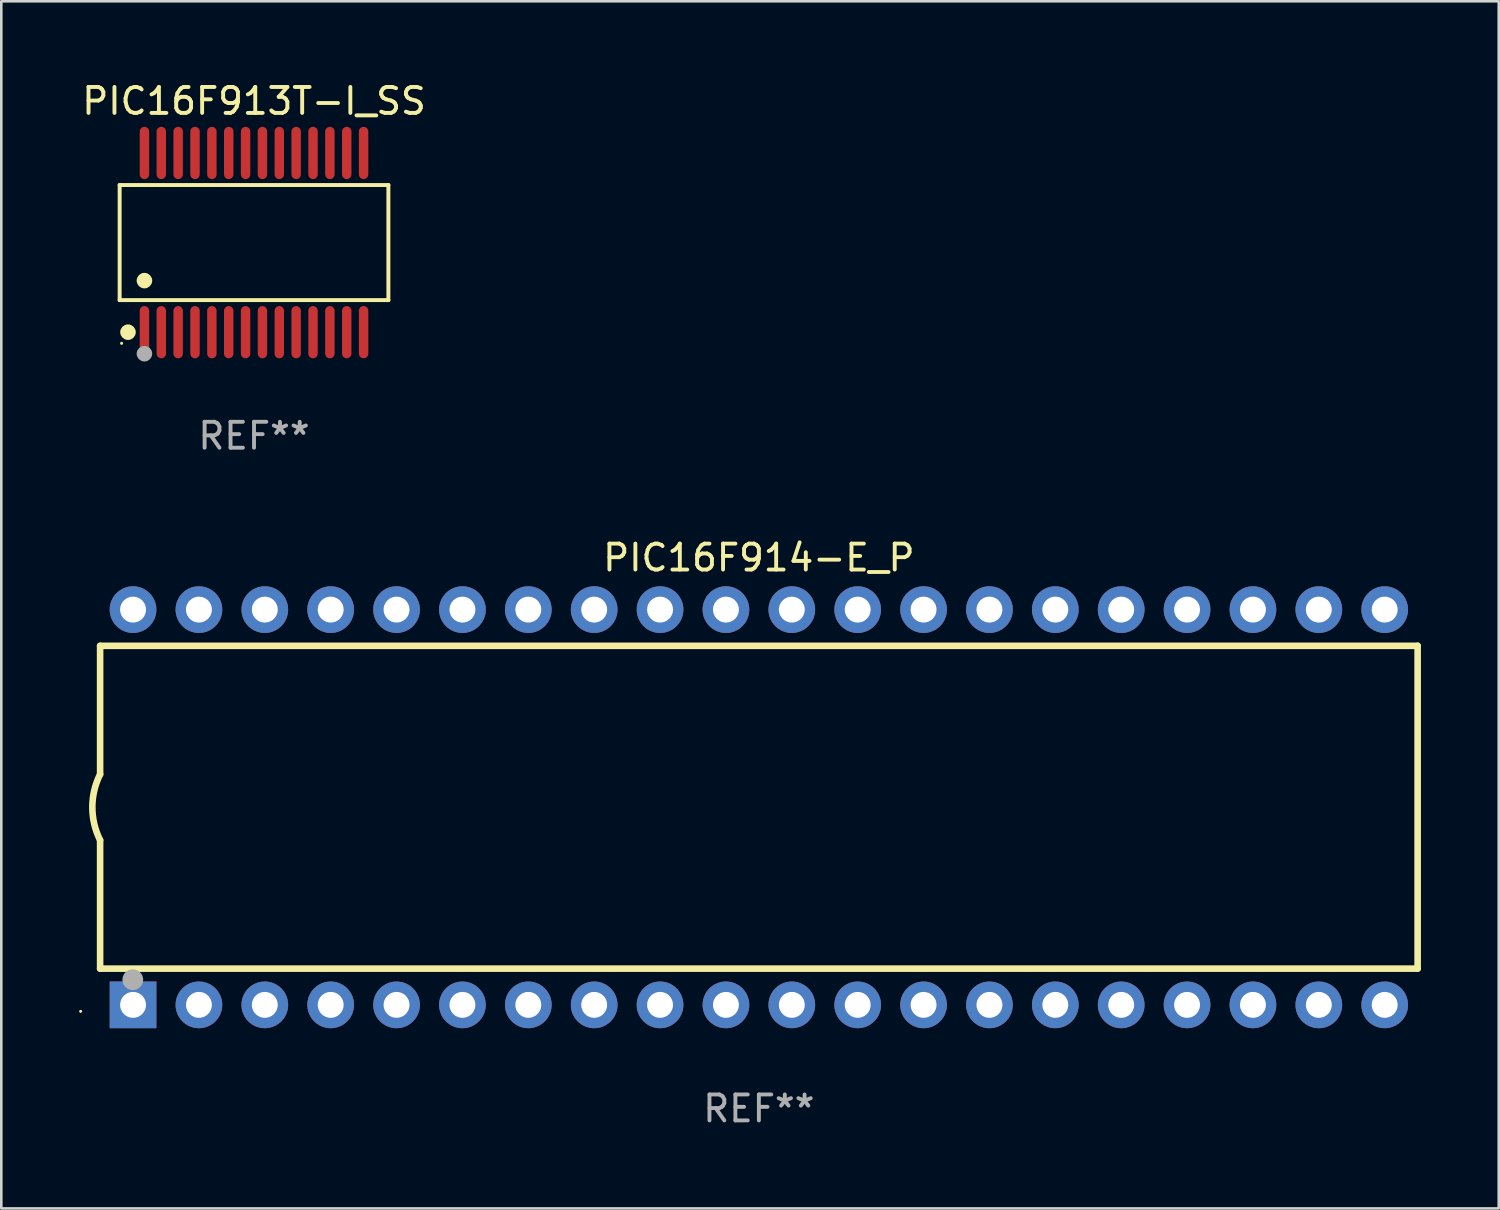
<source format=kicad_pcb>
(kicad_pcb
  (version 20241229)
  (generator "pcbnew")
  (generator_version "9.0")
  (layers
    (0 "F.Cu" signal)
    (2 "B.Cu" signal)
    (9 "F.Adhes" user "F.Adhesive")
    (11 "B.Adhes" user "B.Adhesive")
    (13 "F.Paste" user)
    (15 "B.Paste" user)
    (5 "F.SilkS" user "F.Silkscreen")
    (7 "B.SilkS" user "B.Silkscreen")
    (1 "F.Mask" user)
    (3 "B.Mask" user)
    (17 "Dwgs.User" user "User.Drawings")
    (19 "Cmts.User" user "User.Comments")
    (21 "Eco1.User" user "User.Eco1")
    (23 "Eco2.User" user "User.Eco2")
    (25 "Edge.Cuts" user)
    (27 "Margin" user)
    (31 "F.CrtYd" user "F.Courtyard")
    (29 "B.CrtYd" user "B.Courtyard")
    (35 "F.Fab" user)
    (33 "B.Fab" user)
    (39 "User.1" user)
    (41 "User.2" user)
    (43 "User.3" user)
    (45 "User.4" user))
  (footprint "PIC16F914-E_P"
    (layer "F.Cu")
    (at 26.21 28.075)
    (property "Reference" "PIC16F914-E_P" (at 0 -9.62 0) (layer "F.SilkS") (effects (font (size 1 1) (thickness 0.15))))
    (attr through_hole)
    (fp_line (start -25.4 -6.224) (end -25.4 -1.271) (stroke (width 0.254) (type solid)) (layer "F.SilkS"))
    (fp_line (start -25.4 -6.224) (end 25.4 -6.224) (stroke (width 0.254) (type solid)) (layer "F.SilkS"))
    (fp_line (start -25.4 1.269) (end -25.4 6.222) (stroke (width 0.254) (type solid)) (layer "F.SilkS"))
    (fp_line (start -25.4 6.222) (end 25.4 6.222) (stroke (width 0.254) (type solid)) (layer "F.SilkS"))
    (fp_line (start 25.4 6.222) (end 25.4 -6.224) (stroke (width 0.254) (type solid)) (layer "F.SilkS"))
    (fp_arc (start -25.4 1.269241) (mid -25.699807 -0.000762) (end -25.4 -1.270765) (stroke (width 0.254001) (type solid)) (layer "F.SilkS"))
    (fp_circle (center -26.15 7.87) (end -26.12 7.87) (stroke (width 0.06) (type solid)) (fill no) (layer "F.SilkS"))
    (fp_circle (center -24.14 6.65) (end -23.94 6.65) (stroke (width 0.4) (type solid)) (fill no) (layer "F.Fab"))
    (fp_text user "REF**" (at 0 11.62 0) (layer "F.Fab") (effects (font (size 1 1) (thickness 0.15))))
    (pad "1" thru_hole rect (at -24.13 7.62 90) (size 1.8 1.8) (drill 1) (layers "*.Cu" "*.Mask"))
    (pad "2" thru_hole circle (at -21.59 7.62) (size 1.8 1.8) (drill 1) (layers "*.Cu" "*.Mask"))
    (pad "3" thru_hole circle (at -19.05 7.62) (size 1.8 1.8) (drill 1) (layers "*.Cu" "*.Mask"))
    (pad "4" thru_hole circle (at -16.51 7.62) (size 1.8 1.8) (drill 1) (layers "*.Cu" "*.Mask"))
    (pad "5" thru_hole circle (at -13.97 7.62) (size 1.8 1.8) (drill 1) (layers "*.Cu" "*.Mask"))
    (pad "6" thru_hole circle (at -11.43 7.62) (size 1.8 1.8) (drill 1) (layers "*.Cu" "*.Mask"))
    (pad "7" thru_hole circle (at -8.89 7.62) (size 1.8 1.8) (drill 1) (layers "*.Cu" "*.Mask"))
    (pad "8" thru_hole circle (at -6.35 7.62) (size 1.8 1.8) (drill 1) (layers "*.Cu" "*.Mask"))
    (pad "9" thru_hole circle (at -3.81 7.62) (size 1.8 1.8) (drill 1) (layers "*.Cu" "*.Mask"))
    (pad "10" thru_hole circle (at -1.27 7.62) (size 1.8 1.8) (drill 1) (layers "*.Cu" "*.Mask"))
    (pad "11" thru_hole circle (at 1.27 7.62) (size 1.8 1.8) (drill 1) (layers "*.Cu" "*.Mask"))
    (pad "12" thru_hole circle (at 3.81 7.62) (size 1.8 1.8) (drill 1) (layers "*.Cu" "*.Mask"))
    (pad "13" thru_hole circle (at 6.35 7.62) (size 1.8 1.8) (drill 1) (layers "*.Cu" "*.Mask"))
    (pad "14" thru_hole circle (at 8.89 7.62) (size 1.8 1.8) (drill 1) (layers "*.Cu" "*.Mask"))
    (pad "15" thru_hole circle (at 11.43 7.62) (size 1.8 1.8) (drill 1) (layers "*.Cu" "*.Mask"))
    (pad "16" thru_hole circle (at 13.97 7.62) (size 1.8 1.8) (drill 1) (layers "*.Cu" "*.Mask"))
    (pad "17" thru_hole circle (at 16.51 7.62) (size 1.8 1.8) (drill 1) (layers "*.Cu" "*.Mask"))
    (pad "18" thru_hole circle (at 19.05 7.62) (size 1.8 1.8) (drill 1) (layers "*.Cu" "*.Mask"))
    (pad "19" thru_hole circle (at 21.59 7.62) (size 1.8 1.8) (drill 1) (layers "*.Cu" "*.Mask"))
    (pad "20" thru_hole circle (at 24.13 7.62) (size 1.8 1.8) (drill 1) (layers "*.Cu" "*.Mask"))
    (pad "21" thru_hole circle (at 24.13 -7.62) (size 1.8 1.8) (drill 1) (layers "*.Cu" "*.Mask"))
    (pad "22" thru_hole circle (at 21.59 -7.62) (size 1.8 1.8) (drill 1) (layers "*.Cu" "*.Mask"))
    (pad "23" thru_hole circle (at 19.05 -7.62) (size 1.8 1.8) (drill 1) (layers "*.Cu" "*.Mask"))
    (pad "24" thru_hole circle (at 16.51 -7.62) (size 1.8 1.8) (drill 1) (layers "*.Cu" "*.Mask"))
    (pad "25" thru_hole circle (at 13.97 -7.62) (size 1.8 1.8) (drill 1) (layers "*.Cu" "*.Mask"))
    (pad "26" thru_hole circle (at 11.43 -7.62) (size 1.8 1.8) (drill 1) (layers "*.Cu" "*.Mask"))
    (pad "27" thru_hole circle (at 8.89 -7.62) (size 1.8 1.8) (drill 1) (layers "*.Cu" "*.Mask"))
    (pad "28" thru_hole circle (at 6.35 -7.62) (size 1.8 1.8) (drill 1) (layers "*.Cu" "*.Mask"))
    (pad "29" thru_hole circle (at 3.81 -7.62) (size 1.8 1.8) (drill 1) (layers "*.Cu" "*.Mask"))
    (pad "30" thru_hole circle (at 1.27 -7.62) (size 1.8 1.8) (drill 1) (layers "*.Cu" "*.Mask"))
    (pad "31" thru_hole circle (at -1.27 -7.62) (size 1.8 1.8) (drill 1) (layers "*.Cu" "*.Mask"))
    (pad "32" thru_hole circle (at -3.81 -7.62) (size 1.8 1.8) (drill 1) (layers "*.Cu" "*.Mask"))
    (pad "33" thru_hole circle (at -6.35 -7.62) (size 1.8 1.8) (drill 1) (layers "*.Cu" "*.Mask"))
    (pad "34" thru_hole circle (at -8.89 -7.62) (size 1.8 1.8) (drill 1) (layers "*.Cu" "*.Mask"))
    (pad "35" thru_hole circle (at -11.43 -7.62) (size 1.8 1.8) (drill 1) (layers "*.Cu" "*.Mask"))
    (pad "36" thru_hole circle (at -13.97 -7.62) (size 1.8 1.8) (drill 1) (layers "*.Cu" "*.Mask"))
    (pad "37" thru_hole circle (at -16.51 -7.62) (size 1.8 1.8) (drill 1) (layers "*.Cu" "*.Mask"))
    (pad "38" thru_hole circle (at -19.05 -7.62) (size 1.8 1.8) (drill 1) (layers "*.Cu" "*.Mask"))
    (pad "39" thru_hole circle (at -21.59 -7.62) (size 1.8 1.8) (drill 1) (layers "*.Cu" "*.Mask"))
    (pad "40" thru_hole circle (at -24.13 -7.62) (size 1.8 1.8) (drill 1) (layers "*.Cu" "*.Mask")))
  (footprint "PIC16F913T-I_SS"
    (layer "F.Cu")
    (at 6.744 6.303)
    (property "Reference" "PIC16F913T-I_SS" (at 0 -5.455 0) (layer "F.SilkS") (effects (font (size 1 1) (thickness 0.15))))
    (attr through_hole)
    (fp_line (start -5.181 -2.219) (end 5.181 -2.219) (stroke (width 0.152) (type solid)) (layer "F.SilkS"))
    (fp_line (start -5.181 2.219) (end -5.181 -2.219) (stroke (width 0.152) (type solid)) (layer "F.SilkS"))
    (fp_line (start 5.181 -2.219) (end 5.181 2.219) (stroke (width 0.152) (type solid)) (layer "F.SilkS"))
    (fp_line (start 5.181 2.219) (end -5.181 2.219) (stroke (width 0.152) (type solid)) (layer "F.SilkS"))
    (fp_circle (center -5.105 3.885) (end -5.075 3.885) (stroke (width 0.06) (type solid)) (fill no) (layer "F.SilkS"))
    (fp_circle (center -4.859 3.455) (end -4.709 3.455) (stroke (width 0.3) (type solid)) (fill no) (layer "F.SilkS"))
    (fp_circle (center -4.225 1.467) (end -4.075 1.467) (stroke (width 0.3) (type solid)) (fill no) (layer "F.SilkS"))
    (fp_circle (center -4.225 4.285) (end -4.075 4.285) (stroke (width 0.3) (type solid)) (fill no) (layer "F.Fab"))
    (fp_text user "REF**" (at 0 7.455 0) (layer "F.Fab") (effects (font (size 1 1) (thickness 0.15))))
    (pad "1" smd oval (at -4.225 3.455) (size 0.364 2.015) (layers "F.Cu" "F.Mask" "F.Paste"))
    (pad "2" smd oval (at -3.575 3.455) (size 0.364 2.015) (layers "F.Cu" "F.Mask" "F.Paste"))
    (pad "3" smd oval (at -2.925 3.455) (size 0.364 2.015) (layers "F.Cu" "F.Mask" "F.Paste"))
    (pad "4" smd oval (at -2.275 3.455) (size 0.364 2.015) (layers "F.Cu" "F.Mask" "F.Paste"))
    (pad "5" smd oval (at -1.625 3.455) (size 0.364 2.015) (layers "F.Cu" "F.Mask" "F.Paste"))
    (pad "6" smd oval (at -0.975 3.455) (size 0.364 2.015) (layers "F.Cu" "F.Mask" "F.Paste"))
    (pad "7" smd oval (at -0.325 3.455) (size 0.364 2.015) (layers "F.Cu" "F.Mask" "F.Paste"))
    (pad "8" smd oval (at 0.325 3.455) (size 0.364 2.015) (layers "F.Cu" "F.Mask" "F.Paste"))
    (pad "9" smd oval (at 0.975 3.455) (size 0.364 2.015) (layers "F.Cu" "F.Mask" "F.Paste"))
    (pad "10" smd oval (at 1.625 3.455) (size 0.364 2.015) (layers "F.Cu" "F.Mask" "F.Paste"))
    (pad "11" smd oval (at 2.275 3.455) (size 0.364 2.015) (layers "F.Cu" "F.Mask" "F.Paste"))
    (pad "12" smd oval (at 2.925 3.455) (size 0.364 2.015) (layers "F.Cu" "F.Mask" "F.Paste"))
    (pad "13" smd oval (at 3.575 3.455) (size 0.364 2.015) (layers "F.Cu" "F.Mask" "F.Paste"))
    (pad "14" smd oval (at 4.225 3.455) (size 0.364 2.015) (layers "F.Cu" "F.Mask" "F.Paste"))
    (pad "15" smd oval (at 4.225 -3.455) (size 0.364 2.015) (layers "F.Cu" "F.Mask" "F.Paste"))
    (pad "16" smd oval (at 3.575 -3.455) (size 0.364 2.015) (layers "F.Cu" "F.Mask" "F.Paste"))
    (pad "17" smd oval (at 2.925 -3.455) (size 0.364 2.015) (layers "F.Cu" "F.Mask" "F.Paste"))
    (pad "18" smd oval (at 2.275 -3.455) (size 0.364 2.015) (layers "F.Cu" "F.Mask" "F.Paste"))
    (pad "19" smd oval (at 1.625 -3.455) (size 0.364 2.015) (layers "F.Cu" "F.Mask" "F.Paste"))
    (pad "20" smd oval (at 0.975 -3.455) (size 0.364 2.015) (layers "F.Cu" "F.Mask" "F.Paste"))
    (pad "21" smd oval (at 0.325 -3.455) (size 0.364 2.015) (layers "F.Cu" "F.Mask" "F.Paste"))
    (pad "22" smd oval (at -0.325 -3.455) (size 0.364 2.015) (layers "F.Cu" "F.Mask" "F.Paste"))
    (pad "23" smd oval (at -0.975 -3.455) (size 0.364 2.015) (layers "F.Cu" "F.Mask" "F.Paste"))
    (pad "24" smd oval (at -1.625 -3.455) (size 0.364 2.015) (layers "F.Cu" "F.Mask" "F.Paste"))
    (pad "25" smd oval (at -2.275 -3.455) (size 0.364 2.015) (layers "F.Cu" "F.Mask" "F.Paste"))
    (pad "26" smd oval (at -2.925 -3.455) (size 0.364 2.015) (layers "F.Cu" "F.Mask" "F.Paste"))
    (pad "27" smd oval (at -3.575 -3.455) (size 0.364 2.015) (layers "F.Cu" "F.Mask" "F.Paste"))
    (pad "28" smd oval (at -4.225 -3.455) (size 0.364 2.015) (layers "F.Cu" "F.Mask" "F.Paste")))
  (gr_rect
    (start -3 -3)
    (end 54.737 43.543)
    (stroke (width 0.1) (type default))
    (fill no)
    (layer "Edge.Cuts")))
</source>
